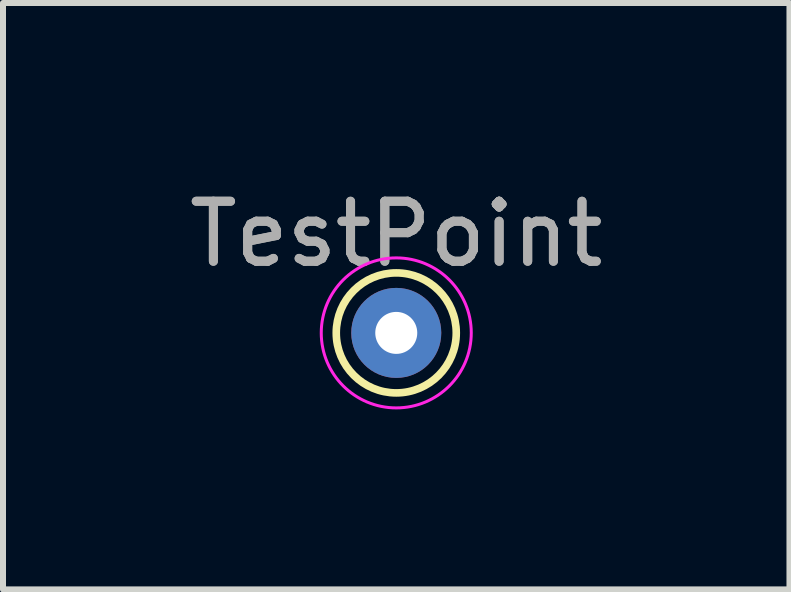
<source format=kicad_pcb>
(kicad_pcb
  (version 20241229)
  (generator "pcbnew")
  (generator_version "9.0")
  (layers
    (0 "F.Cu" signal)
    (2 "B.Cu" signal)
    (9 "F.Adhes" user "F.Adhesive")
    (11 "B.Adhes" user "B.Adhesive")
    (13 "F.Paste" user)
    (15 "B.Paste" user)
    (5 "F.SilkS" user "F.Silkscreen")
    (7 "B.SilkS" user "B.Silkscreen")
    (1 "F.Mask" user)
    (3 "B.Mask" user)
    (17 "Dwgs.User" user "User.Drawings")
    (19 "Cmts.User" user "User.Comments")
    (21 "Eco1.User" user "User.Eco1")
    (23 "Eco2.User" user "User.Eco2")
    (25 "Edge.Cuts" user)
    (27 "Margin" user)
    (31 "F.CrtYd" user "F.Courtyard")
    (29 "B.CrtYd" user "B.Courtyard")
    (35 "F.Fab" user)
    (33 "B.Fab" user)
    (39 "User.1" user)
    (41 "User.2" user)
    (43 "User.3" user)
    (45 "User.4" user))
  (footprint "TestPoint"
    (layer "F.Cu")
    (at 3.554 2.498)
    (property "Reference" "TestPoint" (at 0 -1.648 0) (layer "F.Fab") (effects (font (size 1 1) (thickness 0.15))))
    (attr exclude_from_pos_files exclude_from_bom)
    (fp_circle (center 0 0) (end 1 0) (stroke (width 0.127) (type default)) (fill no) (layer "F.SilkS"))
    (fp_circle (center 0 0) (end 1.25 0) (stroke (width 0.05) (type solid)) (fill no) (layer "F.CrtYd"))
    (fp_text user "${REFERENCE}" (at 0 -1.65 0) (layer "F.Fab") (effects (font (size 1 1) (thickness 0.15))))
    (pad "1" thru_hole circle (at 0 0) (size 1.5 1.5) (drill 0.7) (layers "*.Cu" "*.Mask")))
  (gr_rect
    (start -3 -3)
    (end 10.107 6.773)
    (stroke (width 0.1) (type default))
    (fill no)
    (layer "Edge.Cuts")))
</source>
